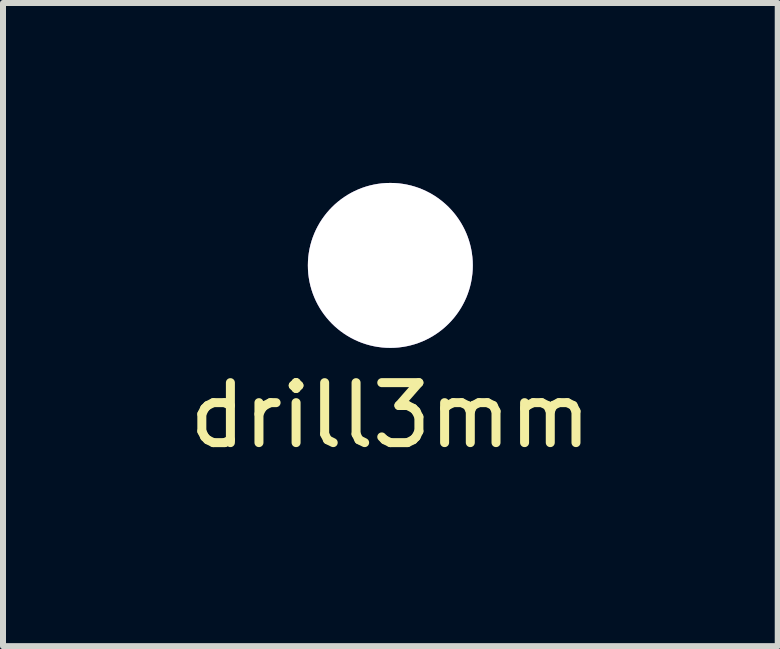
<source format=kicad_pcb>
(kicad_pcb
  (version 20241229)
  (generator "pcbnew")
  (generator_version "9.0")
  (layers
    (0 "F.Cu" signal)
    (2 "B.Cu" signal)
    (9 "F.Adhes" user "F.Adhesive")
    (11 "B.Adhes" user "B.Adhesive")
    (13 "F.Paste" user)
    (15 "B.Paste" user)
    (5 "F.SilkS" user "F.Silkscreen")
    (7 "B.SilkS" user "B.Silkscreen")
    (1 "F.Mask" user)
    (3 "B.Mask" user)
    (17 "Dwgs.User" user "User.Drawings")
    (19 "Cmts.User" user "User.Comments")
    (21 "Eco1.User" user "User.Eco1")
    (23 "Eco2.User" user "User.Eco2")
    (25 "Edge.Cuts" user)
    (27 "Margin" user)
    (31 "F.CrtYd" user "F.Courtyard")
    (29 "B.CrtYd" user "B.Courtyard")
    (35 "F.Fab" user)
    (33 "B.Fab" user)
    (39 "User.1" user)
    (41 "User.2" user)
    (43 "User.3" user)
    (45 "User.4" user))
  (footprint "drill3mm"
    (layer "F.Cu")
    (at 3.458 1.375)
    (property "Reference" "drill3mm" (at 0 2.5 0) (layer "F.SilkS") (effects (font (size 1 1) (thickness 0.15))))
    (attr through_hole)
    (pad "1" thru_hole circle (at 0 0) (size 2.75 2.75) (drill 2.75) (layers "*.Cu")))
  (gr_rect
    (start -3 -3)
    (end 9.917 7.723)
    (stroke (width 0.1) (type default))
    (fill no)
    (layer "Edge.Cuts")))
</source>
